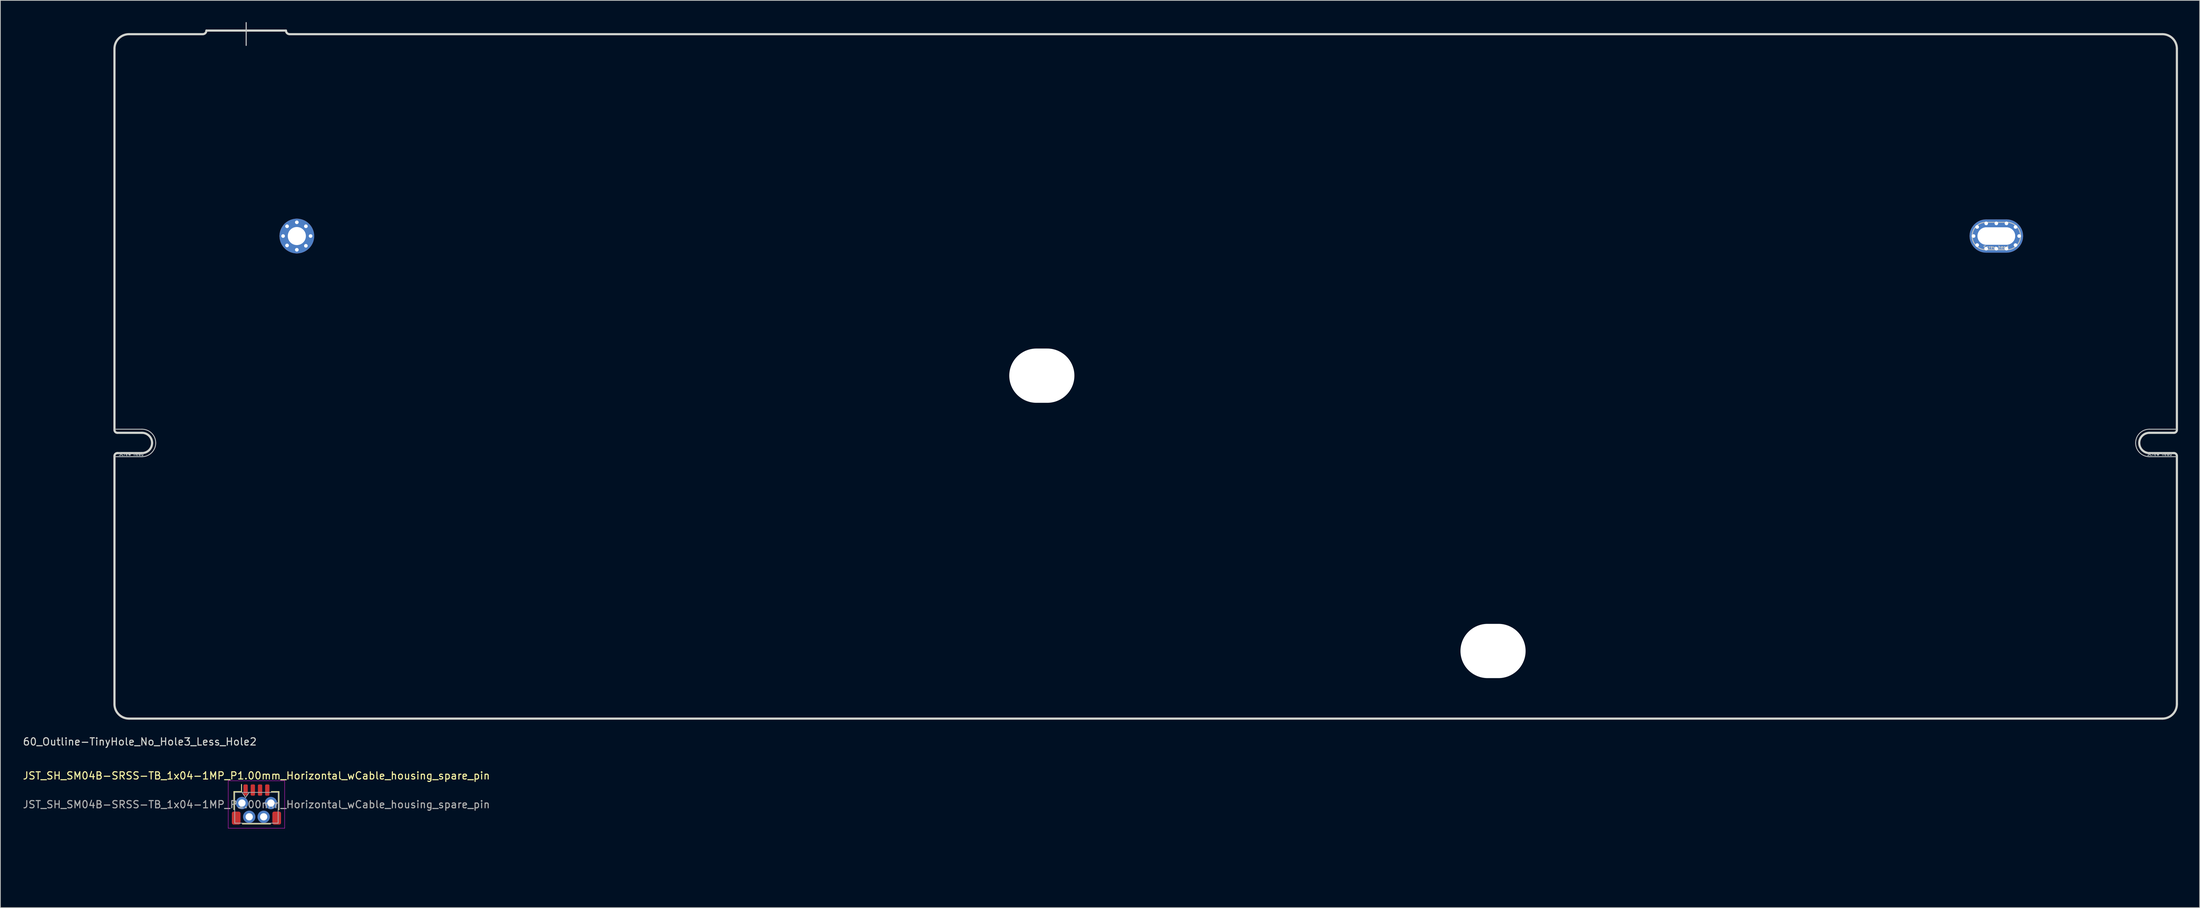
<source format=kicad_pcb>
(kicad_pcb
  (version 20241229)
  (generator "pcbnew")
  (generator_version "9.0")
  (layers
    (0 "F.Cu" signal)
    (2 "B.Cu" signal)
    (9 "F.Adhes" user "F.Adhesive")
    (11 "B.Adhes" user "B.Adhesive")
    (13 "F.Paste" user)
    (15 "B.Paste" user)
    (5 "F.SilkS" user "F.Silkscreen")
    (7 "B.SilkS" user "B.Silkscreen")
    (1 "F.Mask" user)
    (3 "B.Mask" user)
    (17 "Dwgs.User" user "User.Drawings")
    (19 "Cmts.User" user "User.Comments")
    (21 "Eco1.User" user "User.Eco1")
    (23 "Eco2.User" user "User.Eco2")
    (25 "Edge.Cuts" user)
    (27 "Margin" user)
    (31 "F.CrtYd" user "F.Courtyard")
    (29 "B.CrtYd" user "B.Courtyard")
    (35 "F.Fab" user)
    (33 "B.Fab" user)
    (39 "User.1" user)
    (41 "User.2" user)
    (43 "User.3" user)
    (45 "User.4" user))
  (footprint "60_Outline-TinyHole_No_Hole3_Less_Hole2"
    (layer "F.Cu")
    (at 155.268 48.975)
    (property "Reference" "60_Outline-TinyHole_No_Hole3_Less_Hole2" (at -139 50.5 0) (layer "Edge.Cuts") (effects (font (size 1 1) (thickness 0.15))))
    (attr through_hole)
    (fp_line (start -142.5 7.3) (end -138.7 7.3) (stroke (width 0.12) (type solid)) (layer "Dwgs.User"))
    (fp_line (start -142.5 11.1) (end -138.7 11.1) (stroke (width 0.12) (type solid)) (layer "Dwgs.User"))
    (fp_line (start -124.3 -48.9) (end -124.3 -45.75) (stroke (width 0.15) (type solid)) (layer "Dwgs.User"))
    (fp_line (start -15.75 -2.15) (end -12.85 -2.15) (stroke (width 0.12) (type solid)) (layer "Dwgs.User"))
    (fp_line (start -15.75 1.65) (end -12.85 1.65) (stroke (width 0.12) (type solid)) (layer "Dwgs.User"))
    (fp_line (start -15.7 -1.5) (end -12.9 -1.5) (stroke (width 0.12) (type solid)) (layer "Dwgs.User"))
    (fp_line (start -12.9 0.9) (end -15.7 0.9) (stroke (width 0.12) (type solid)) (layer "Dwgs.User"))
    (fp_line (start 46.55 36) (end 49.45 36) (stroke (width 0.12) (type solid)) (layer "Dwgs.User"))
    (fp_line (start 46.55 39.8) (end 49.45 39.8) (stroke (width 0.12) (type solid)) (layer "Dwgs.User"))
    (fp_line (start 46.551 36.055) (end 49.451 36.055) (stroke (width 0.12) (type solid)) (layer "Dwgs.User"))
    (fp_line (start 46.551 39.855) (end 49.451 39.855) (stroke (width 0.12) (type solid)) (layer "Dwgs.User"))
    (fp_line (start 46.601 36.705) (end 49.401 36.705) (stroke (width 0.12) (type solid)) (layer "Dwgs.User"))
    (fp_line (start 49.401 39.105) (end 46.601 39.105) (stroke (width 0.12) (type solid)) (layer "Dwgs.User"))
    (fp_line (start 116.1 -21.3) (end 119 -21.3) (stroke (width 0.12) (type solid)) (layer "Dwgs.User"))
    (fp_line (start 116.1 -21.3) (end 119 -21.3) (stroke (width 0.12) (type solid)) (layer "Dwgs.User"))
    (fp_line (start 116.1 -17.5) (end 119 -17.5) (stroke (width 0.12) (type solid)) (layer "Dwgs.User"))
    (fp_line (start 116.1 -17.5) (end 119 -17.5) (stroke (width 0.12) (type solid)) (layer "Dwgs.User"))
    (fp_line (start 138.7 7.3) (end 142.5 7.3) (stroke (width 0.12) (type solid)) (layer "Dwgs.User"))
    (fp_line (start 138.7 11.1) (end 142.5 11.1) (stroke (width 0.12) (type solid)) (layer "Dwgs.User"))
    (fp_arc (start -138.7 7.3) (mid -137.356497 7.856497) (end -136.8 9.2) (stroke (width 0.12) (type solid)) (layer "Dwgs.User"))
    (fp_arc (start -136.8 9.2) (mid -137.356497 10.543503) (end -138.7 11.1) (stroke (width 0.12) (type solid)) (layer "Dwgs.User"))
    (fp_arc (start -17.65 -0.25) (mid -17.093503 -1.593503) (end -15.75 -2.15) (stroke (width 0.12) (type solid)) (layer "Dwgs.User"))
    (fp_arc (start -16.9 -0.3) (mid -16.548528 -1.148528) (end -15.7 -1.5) (stroke (width 0.12) (type solid)) (layer "Dwgs.User"))
    (fp_arc (start -15.75 1.65) (mid -17.093503 1.093503) (end -17.65 -0.25) (stroke (width 0.12) (type solid)) (layer "Dwgs.User"))
    (fp_arc (start -15.7 0.9) (mid -16.548528 0.548528) (end -16.9 -0.3) (stroke (width 0.12) (type solid)) (layer "Dwgs.User"))
    (fp_arc (start -12.9 -1.5) (mid -12.051472 -1.148528) (end -11.7 -0.3) (stroke (width 0.12) (type solid)) (layer "Dwgs.User"))
    (fp_arc (start -12.85 -2.15) (mid -11.506497 -1.593503) (end -10.95 -0.25) (stroke (width 0.12) (type solid)) (layer "Dwgs.User"))
    (fp_arc (start -11.7 -0.3) (mid -12.051472 0.548528) (end -12.9 0.9) (stroke (width 0.12) (type solid)) (layer "Dwgs.User"))
    (fp_arc (start -10.95 -0.25) (mid -11.506497 1.093503) (end -12.85 1.65) (stroke (width 0.12) (type solid)) (layer "Dwgs.User"))
    (fp_arc (start 44.65 37.9) (mid 45.206497 36.556497) (end 46.55 36) (stroke (width 0.12) (type solid)) (layer "Dwgs.User"))
    (fp_arc (start 44.651167 37.955456) (mid 45.207664 36.611953) (end 46.551167 36.055456) (stroke (width 0.12) (type solid)) (layer "Dwgs.User"))
    (fp_arc (start 45.401167 37.905456) (mid 45.752639 37.056928) (end 46.601167 36.705456) (stroke (width 0.12) (type solid)) (layer "Dwgs.User"))
    (fp_arc (start 46.55 39.8) (mid 45.206497 39.243503) (end 44.65 37.9) (stroke (width 0.12) (type solid)) (layer "Dwgs.User"))
    (fp_arc (start 46.551167 39.855456) (mid 45.207664 39.298959) (end 44.651167 37.955456) (stroke (width 0.12) (type solid)) (layer "Dwgs.User"))
    (fp_arc (start 46.601167 39.105456) (mid 45.752639 38.753984) (end 45.401167 37.905456) (stroke (width 0.12) (type solid)) (layer "Dwgs.User"))
    (fp_arc (start 49.401167 36.705456) (mid 50.249695 37.056928) (end 50.601167 37.905456) (stroke (width 0.12) (type solid)) (layer "Dwgs.User"))
    (fp_arc (start 49.45 36) (mid 50.793503 36.556497) (end 51.35 37.9) (stroke (width 0.12) (type solid)) (layer "Dwgs.User"))
    (fp_arc (start 49.451167 36.055456) (mid 50.79467 36.611953) (end 51.351167 37.955456) (stroke (width 0.12) (type solid)) (layer "Dwgs.User"))
    (fp_arc (start 50.601167 37.905456) (mid 50.249695 38.753984) (end 49.401167 39.105456) (stroke (width 0.12) (type solid)) (layer "Dwgs.User"))
    (fp_arc (start 51.35 37.9) (mid 50.793503 39.243503) (end 49.45 39.8) (stroke (width 0.12) (type solid)) (layer "Dwgs.User"))
    (fp_arc (start 51.351167 37.955456) (mid 50.79467 39.298959) (end 49.451167 39.855456) (stroke (width 0.12) (type solid)) (layer "Dwgs.User"))
    (fp_arc (start 114.2 -19.4) (mid 114.756497 -20.743503) (end 116.1 -21.3) (stroke (width 0.12) (type solid)) (layer "Dwgs.User"))
    (fp_arc (start 114.2 -19.4) (mid 114.756497 -20.743503) (end 116.1 -21.3) (stroke (width 0.12) (type solid)) (layer "Dwgs.User"))
    (fp_arc (start 116.1 -17.5) (mid 114.756497 -18.056497) (end 114.2 -19.4) (stroke (width 0.12) (type solid)) (layer "Dwgs.User"))
    (fp_arc (start 116.1 -17.5) (mid 114.756497 -18.056497) (end 114.2 -19.4) (stroke (width 0.12) (type solid)) (layer "Dwgs.User"))
    (fp_arc (start 119 -21.3) (mid 120.343503 -20.743503) (end 120.9 -19.4) (stroke (width 0.12) (type solid)) (layer "Dwgs.User"))
    (fp_arc (start 119 -21.3) (mid 120.343503 -20.743503) (end 120.9 -19.4) (stroke (width 0.12) (type solid)) (layer "Dwgs.User"))
    (fp_arc (start 120.9 -19.4) (mid 120.343503 -18.056497) (end 119 -17.5) (stroke (width 0.12) (type solid)) (layer "Dwgs.User"))
    (fp_arc (start 120.9 -19.4) (mid 120.343503 -18.056497) (end 119 -17.5) (stroke (width 0.12) (type solid)) (layer "Dwgs.User"))
    (fp_arc (start 136.8 9.2) (mid 137.356497 7.856497) (end 138.7 7.3) (stroke (width 0.12) (type solid)) (layer "Dwgs.User"))
    (fp_arc (start 138.7 11.1) (mid 137.356497 10.543503) (end 136.8 9.2) (stroke (width 0.12) (type solid)) (layer "Dwgs.User"))
    (fp_line (start -142.5 7.4) (end -142.5 -45.3) (stroke (width 0.3) (type solid)) (layer "Edge.Cuts"))
    (fp_line (start -142.5 45.3) (end -142.5 11) (stroke (width 0.3) (type solid)) (layer "Edge.Cuts"))
    (fp_line (start -142.1 10.6) (end -138.7 10.6) (stroke (width 0.3) (type solid)) (layer "Edge.Cuts"))
    (fp_line (start -140.5 -47.3) (end -130.3 -47.3) (stroke (width 0.3) (type solid)) (layer "Edge.Cuts"))
    (fp_line (start -138.7 7.8) (end -142.1 7.8) (stroke (width 0.3) (type solid)) (layer "Edge.Cuts"))
    (fp_line (start -129.8 -47.8) (end -118.8 -47.8) (stroke (width 0.3) (type solid)) (layer "Edge.Cuts"))
    (fp_line (start 138.7 7.8) (end 142.1 7.8) (stroke (width 0.3) (type solid)) (layer "Edge.Cuts"))
    (fp_line (start 138.7 10.6) (end 142.1 10.6) (stroke (width 0.3) (type solid)) (layer "Edge.Cuts"))
    (fp_line (start 140.5 -47.3) (end -118.3 -47.3) (stroke (width 0.3) (type solid)) (layer "Edge.Cuts"))
    (fp_line (start 140.5 47.3) (end -140.5 47.3) (stroke (width 0.3) (type solid)) (layer "Edge.Cuts"))
    (fp_line (start 142.5 7.4) (end 142.5 -45.3) (stroke (width 0.3) (type solid)) (layer "Edge.Cuts"))
    (fp_line (start 142.5 11) (end 142.5 45.3) (stroke (width 0.3) (type solid)) (layer "Edge.Cuts"))
    (fp_arc (start -142.5 -45.3) (mid -141.914214 -46.714214) (end -140.5 -47.3) (stroke (width 0.3) (type solid)) (layer "Edge.Cuts"))
    (fp_arc (start -142.5 11) (mid -142.382843 10.717157) (end -142.1 10.6) (stroke (width 0.3) (type solid)) (layer "Edge.Cuts"))
    (fp_arc (start -142.1 7.8) (mid -142.382843 7.682843) (end -142.5 7.4) (stroke (width 0.3) (type solid)) (layer "Edge.Cuts"))
    (fp_arc (start -140.5 47.3) (mid -141.914214 46.714214) (end -142.5 45.3) (stroke (width 0.3) (type solid)) (layer "Edge.Cuts"))
    (fp_arc (start -138.7 7.8) (mid -137.710051 8.210051) (end -137.3 9.2) (stroke (width 0.3) (type solid)) (layer "Edge.Cuts"))
    (fp_arc (start -137.3 9.2) (mid -137.710051 10.189949) (end -138.7 10.6) (stroke (width 0.3) (type solid)) (layer "Edge.Cuts"))
    (fp_arc (start -129.8 -47.8) (mid -129.946447 -47.446447) (end -130.3 -47.3) (stroke (width 0.3) (type solid)) (layer "Edge.Cuts"))
    (fp_arc (start -118.3 -47.3) (mid -118.653553 -47.446447) (end -118.8 -47.8) (stroke (width 0.3) (type solid)) (layer "Edge.Cuts"))
    (fp_arc (start 137.3 9.2) (mid 137.710051 8.210051) (end 138.7 7.8) (stroke (width 0.3) (type solid)) (layer "Edge.Cuts"))
    (fp_arc (start 138.7 10.6) (mid 137.710051 10.189949) (end 137.3 9.2) (stroke (width 0.3) (type solid)) (layer "Edge.Cuts"))
    (fp_arc (start 140.5 -47.3) (mid 141.914214 -46.714214) (end 142.5 -45.3) (stroke (width 0.3) (type solid)) (layer "Edge.Cuts"))
    (fp_arc (start 142.1 10.6) (mid 142.382843 10.717157) (end 142.5 11) (stroke (width 0.3) (type solid)) (layer "Edge.Cuts"))
    (fp_arc (start 142.5 7.4) (mid 142.382843 7.682843) (end 142.1 7.8) (stroke (width 0.3) (type solid)) (layer "Edge.Cuts"))
    (fp_arc (start 142.5 45.3) (mid 141.914214 46.714214) (end 140.5 47.3) (stroke (width 0.3) (type solid)) (layer "Edge.Cuts"))
    (fp_text user "Screw head" (at 117.5 -17.85 0) (layer "Dwgs.User") (effects (font (size 0.4 0.4) (thickness 0.08))))
    (fp_text user "Relief hole" (at -14.3 2 0) (layer "Dwgs.User") (effects (font (size 0.4 0.4) (thickness 0.08))))
    (fp_text user "Screw head" (at -14.3 1.275 0) (layer "Dwgs.User") (effects (font (size 0.4 0.4) (thickness 0.08))))
    (fp_text user "Relief hole" (at 48 40.3 0) (layer "Dwgs.User") (effects (font (size 0.4 0.4) (thickness 0.08))))
    (fp_text user "Screw head" (at 117.5 -17.85 0) (layer "Dwgs.User") (effects (font (size 0.4 0.4) (thickness 0.08))))
    (fp_text user "Screw head" (at -140.2 10.75 0) (layer "Dwgs.User") (effects (font (size 0.4 0.4) (thickness 0.08))))
    (fp_text user "Screw head" (at 140.1 10.75 0) (layer "Dwgs.User") (effects (font (size 0.4 0.4) (thickness 0.08))))
    (fp_text user "Screw head" (at 48.05 39.45 0) (layer "Dwgs.User") (effects (font (size 0.4 0.4) (thickness 0.08))))
    (pad "" np_thru_hole oval (at -14.35 -0.1) (size 9 7.5) (drill oval 9 7.5) (layers "*.Cu" "*.Mask"))
    (pad "" np_thru_hole oval (at 48.001 37.955) (size 9 7.5) (drill oval 9 7.5) (layers "*.Cu" "*.Mask"))
    (pad "" np_thru_hole oval (at 117.55 -19.4) (size 5.2 2.4) (drill oval 5.2 2.4) (layers "*.Cu" "*.Mask"))
    (pad "1" thru_hole circle (at -119.2 -19.4) (size 1 1) (drill 0.5) (layers "*.Cu" "*.Mask"))
    (pad "1" thru_hole circle (at -118.65 -20.75) (size 1 1) (drill 0.5) (layers "*.Cu" "*.Mask"))
    (pad "1" thru_hole circle (at -118.65 -18.1) (size 1 1) (drill 0.5) (layers "*.Cu" "*.Mask"))
    (pad "1" thru_hole circle (at -117.3 -21.3) (size 1 1) (drill 0.5) (layers "*.Cu" "*.Mask"))
    (pad "1" thru_hole circle (at -117.3 -19.4) (size 4.8 4.8) (drill 2.499) (layers "*.Cu" "*.Mask"))
    (pad "1" thru_hole circle (at -117.3 -17.5) (size 1 1) (drill 0.5) (layers "*.Cu" "*.Mask"))
    (pad "1" thru_hole circle (at -116.05 -20.75) (size 1 1) (drill 0.5) (layers "*.Cu" "*.Mask"))
    (pad "1" thru_hole circle (at -116.05 -18.05) (size 1 1) (drill 0.5) (layers "*.Cu" "*.Mask"))
    (pad "1" thru_hole circle (at -115.4 -19.4) (size 1 1) (drill 0.5) (layers "*.Cu" "*.Mask"))
    (pad "1" thru_hole circle (at 114.4 -19.4) (size 1 1) (drill 0.5) (layers "*.Cu" "*.Mask"))
    (pad "1" thru_hole circle (at 114.9 -20.65) (size 1 1) (drill 0.5) (layers "*.Cu" "*.Mask"))
    (pad "1" thru_hole circle (at 114.9 -18.15) (size 1 1) (drill 0.5) (layers "*.Cu" "*.Mask"))
    (pad "1" thru_hole circle (at 116.15 -21.15) (size 1 1) (drill 0.5) (layers "*.Cu" "*.Mask"))
    (pad "1" thru_hole circle (at 116.15 -17.65) (size 1 1) (drill 0.5) (layers "*.Cu" "*.Mask"))
    (pad "1" thru_hole circle (at 117.55 -21.15) (size 1 1) (drill 0.5) (layers "*.Cu" "*.Mask"))
    (pad "1" thru_hole oval (at 117.55 -19.4) (size 7.4 4.6) (drill oval 5.2 2.4) (layers "*.Cu" "*.Mask"))
    (pad "1" thru_hole circle (at 117.55 -17.65) (size 1 1) (drill 0.5) (layers "*.Cu" "*.Mask"))
    (pad "1" thru_hole circle (at 118.95 -21.15) (size 1 1) (drill 0.5) (layers "*.Cu" "*.Mask"))
    (pad "1" thru_hole circle (at 118.95 -17.65) (size 1 1) (drill 0.5) (layers "*.Cu" "*.Mask"))
    (pad "1" thru_hole circle (at 120.2 -20.65) (size 1 1) (drill 0.5) (layers "*.Cu" "*.Mask"))
    (pad "1" thru_hole circle (at 120.2 -18.15) (size 1 1) (drill 0.5) (layers "*.Cu" "*.Mask"))
    (pad "1" thru_hole circle (at 120.7 -19.4) (size 1 1) (drill 0.5) (layers "*.Cu" "*.Mask")))
  (footprint "JST_SH_SM04B-SRSS-TB_1x04-1MP_P1.00mm_Horizontal_wCable_housing_spare_pin"
    (layer "F.Cu")
    (at 32.387 108.151)
    (property "Reference" "JST_SH_SM04B-SRSS-TB_1x04-1MP_P1.00mm_Horizontal_wCable_housing_spare_pin" (at 0 -3.98 0) (layer "F.SilkS") (effects (font (size 1 1) (thickness 0.15))))
    (attr smd)
    (fp_line (start -3.11 -1.785) (end -2.06 -1.785) (stroke (width 0.12) (type solid)) (layer "F.SilkS"))
    (fp_line (start -3.11 0.715) (end -3.11 -1.785) (stroke (width 0.12) (type solid)) (layer "F.SilkS"))
    (fp_line (start -2.06 -1.785) (end -2.06 -2.775) (stroke (width 0.12) (type solid)) (layer "F.SilkS"))
    (fp_line (start -1.94 2.685) (end 1.94 2.685) (stroke (width 0.12) (type solid)) (layer "F.SilkS"))
    (fp_line (start 3.11 -1.785) (end 2.06 -1.785) (stroke (width 0.12) (type solid)) (layer "F.SilkS"))
    (fp_line (start 3.11 0.715) (end 3.11 -1.785) (stroke (width 0.12) (type solid)) (layer "F.SilkS"))
    (fp_line (start -3.5 2.7) (end -3.5 3.7) (stroke (width 0.12) (type solid)) (layer "Eco2.User"))
    (fp_line (start -3.5 3.7) (end 3.5 3.7) (stroke (width 0.12) (type solid)) (layer "Eco2.User"))
    (fp_line (start -3.5 6.7) (end -3.5 6.95) (stroke (width 0.12) (type solid)) (layer "Eco2.User"))
    (fp_line (start -3.5 6.7) (end -3.25 6.7) (stroke (width 0.12) (type solid)) (layer "Eco2.User"))
    (fp_line (start -3.5 7.7) (end -3.5 7.45) (stroke (width 0.12) (type solid)) (layer "Eco2.User"))
    (fp_line (start -3.5 7.7) (end -3.25 7.7) (stroke (width 0.12) (type solid)) (layer "Eco2.User"))
    (fp_line (start -3 3.7) (end -3 3.95) (stroke (width 0.12) (type solid)) (layer "Eco2.User"))
    (fp_line (start -3 4.95) (end -3 4.45) (stroke (width 0.12) (type solid)) (layer "Eco2.User"))
    (fp_line (start -3 5.95) (end -3 5.45) (stroke (width 0.12) (type solid)) (layer "Eco2.User"))
    (fp_line (start -3 6.7) (end -3.25 6.7) (stroke (width 0.12) (type solid)) (layer "Eco2.User"))
    (fp_line (start -3 6.7) (end -3 6.45) (stroke (width 0.12) (type solid)) (layer "Eco2.User"))
    (fp_line (start -2.25 7.7) (end -2.75 7.7) (stroke (width 0.12) (type solid)) (layer "Eco2.User"))
    (fp_line (start -1.5 7.7) (end -1.5 8.2) (stroke (width 0.12) (type solid)) (layer "Eco2.User"))
    (fp_line (start -1.5 8.7) (end -1.5 9.2) (stroke (width 0.12) (type solid)) (layer "Eco2.User"))
    (fp_line (start -1.5 9.7) (end -1.5 10.2) (stroke (width 0.12) (type solid)) (layer "Eco2.User"))
    (fp_line (start -1.5 10.7) (end -1.5 11.2) (stroke (width 0.12) (type solid)) (layer "Eco2.User"))
    (fp_line (start -1.25 7.7) (end -1.75 7.7) (stroke (width 0.12) (type solid)) (layer "Eco2.User"))
    (fp_line (start -0.5 7.7) (end -0.5 8.2) (stroke (width 0.12) (type solid)) (layer "Eco2.User"))
    (fp_line (start -0.5 8.7) (end -0.5 9.2) (stroke (width 0.12) (type solid)) (layer "Eco2.User"))
    (fp_line (start -0.5 9.7) (end -0.5 10.2) (stroke (width 0.12) (type solid)) (layer "Eco2.User"))
    (fp_line (start -0.5 10.7) (end -0.5 11.2) (stroke (width 0.12) (type solid)) (layer "Eco2.User"))
    (fp_line (start -0.25 7.7) (end -0.75 7.7) (stroke (width 0.12) (type solid)) (layer "Eco2.User"))
    (fp_line (start 0.5 7.7) (end 0.5 8.2) (stroke (width 0.12) (type solid)) (layer "Eco2.User"))
    (fp_line (start 0.5 8.7) (end 0.5 9.2) (stroke (width 0.12) (type solid)) (layer "Eco2.User"))
    (fp_line (start 0.5 9.7) (end 0.5 10.2) (stroke (width 0.12) (type solid)) (layer "Eco2.User"))
    (fp_line (start 0.5 10.7) (end 0.5 11.2) (stroke (width 0.12) (type solid)) (layer "Eco2.User"))
    (fp_line (start 0.75 7.7) (end 0.25 7.7) (stroke (width 0.12) (type solid)) (layer "Eco2.User"))
    (fp_line (start 1.5 7.7) (end 1.5 8.2) (stroke (width 0.12) (type solid)) (layer "Eco2.User"))
    (fp_line (start 1.5 8.7) (end 1.5 9.2) (stroke (width 0.12) (type solid)) (layer "Eco2.User"))
    (fp_line (start 1.5 9.7) (end 1.5 10.2) (stroke (width 0.12) (type solid)) (layer "Eco2.User"))
    (fp_line (start 1.5 10.7) (end 1.5 11.2) (stroke (width 0.12) (type solid)) (layer "Eco2.User"))
    (fp_line (start 1.75 7.7) (end 1.25 7.7) (stroke (width 0.12) (type solid)) (layer "Eco2.User"))
    (fp_line (start 2.75 7.7) (end 2.25 7.7) (stroke (width 0.12) (type solid)) (layer "Eco2.User"))
    (fp_line (start 3 3.7) (end 3 3.95) (stroke (width 0.12) (type solid)) (layer "Eco2.User"))
    (fp_line (start 3 4.95) (end 3 4.45) (stroke (width 0.12) (type solid)) (layer "Eco2.User"))
    (fp_line (start 3 5.95) (end 3 5.45) (stroke (width 0.12) (type solid)) (layer "Eco2.User"))
    (fp_line (start 3 6.7) (end 3 6.45) (stroke (width 0.12) (type solid)) (layer "Eco2.User"))
    (fp_line (start 3 6.7) (end 3.25 6.7) (stroke (width 0.12) (type solid)) (layer "Eco2.User"))
    (fp_line (start 3.5 2.7) (end -3.5 2.7) (stroke (width 0.12) (type solid)) (layer "Eco2.User"))
    (fp_line (start 3.5 3.7) (end 3.5 2.7) (stroke (width 0.12) (type solid)) (layer "Eco2.User"))
    (fp_line (start 3.5 6.7) (end 3.25 6.7) (stroke (width 0.12) (type solid)) (layer "Eco2.User"))
    (fp_line (start 3.5 6.7) (end 3.5 6.95) (stroke (width 0.12) (type solid)) (layer "Eco2.User"))
    (fp_line (start 3.5 7.7) (end 3.25 7.7) (stroke (width 0.12) (type solid)) (layer "Eco2.User"))
    (fp_line (start 3.5 7.7) (end 3.5 7.45) (stroke (width 0.12) (type solid)) (layer "Eco2.User"))
    (fp_line (start -3.9 -3.28) (end -3.9 3.28) (stroke (width 0.05) (type solid)) (layer "F.CrtYd"))
    (fp_line (start -3.9 3.28) (end 3.9 3.28) (stroke (width 0.05) (type solid)) (layer "F.CrtYd"))
    (fp_line (start 3.9 -3.28) (end -3.9 -3.28) (stroke (width 0.05) (type solid)) (layer "F.CrtYd"))
    (fp_line (start 3.9 3.28) (end 3.9 -3.28) (stroke (width 0.05) (type solid)) (layer "F.CrtYd"))
    (fp_line (start -3 -1.675) (end -3 2.575) (stroke (width 0.1) (type solid)) (layer "F.Fab"))
    (fp_line (start -3 -1.675) (end 3 -1.675) (stroke (width 0.1) (type solid)) (layer "F.Fab"))
    (fp_line (start -3 2.575) (end 3 2.575) (stroke (width 0.1) (type solid)) (layer "F.Fab"))
    (fp_line (start -2 -1.675) (end -1.5 -0.968) (stroke (width 0.1) (type solid)) (layer "F.Fab"))
    (fp_line (start -1.5 -0.968) (end -1 -1.675) (stroke (width 0.1) (type solid)) (layer "F.Fab"))
    (fp_line (start 3 -1.675) (end 3 2.575) (stroke (width 0.1) (type solid)) (layer "F.Fab"))
    (fp_text user "${REFERENCE}" (at 0 0 0) (layer "F.Fab") (effects (font (size 1 1) (thickness 0.15))))
    (pad "1" thru_hole oval (at -2 -0.2) (size 1.7 1.7) (drill 1) (layers "*.Cu" "*.Mask"))
    (pad "1" smd roundrect (at -1.5 -2) (size 0.6 1.55) (layers "F.Cu" "F.Mask" "F.Paste") (roundrect_rratio 0.25))
    (pad "2" thru_hole oval (at -1 1.7) (size 1.7 1.7) (drill 1) (layers "*.Cu" "*.Mask"))
    (pad "2" smd roundrect (at -0.5 -2) (size 0.6 1.55) (layers "F.Cu" "F.Mask" "F.Paste") (roundrect_rratio 0.25))
    (pad "3" smd roundrect (at 0.5 -2) (size 0.6 1.55) (layers "F.Cu" "F.Mask" "F.Paste") (roundrect_rratio 0.25))
    (pad "3" thru_hole oval (at 1 1.7) (size 1.7 1.7) (drill 1) (layers "*.Cu" "*.Mask"))
    (pad "4" smd roundrect (at 1.5 -2) (size 0.6 1.55) (layers "F.Cu" "F.Mask" "F.Paste") (roundrect_rratio 0.25))
    (pad "4" thru_hole oval (at 2 -0.2) (size 1.7 1.7) (drill 1) (layers "*.Cu" "*.Mask"))
    (pad "MP" smd roundrect (at -2.8 1.875) (size 1.2 1.8) (layers "F.Cu" "F.Mask" "F.Paste") (roundrect_rratio 0.208))
    (pad "MP" smd roundrect (at 2.8 1.875) (size 1.2 1.8) (layers "F.Cu" "F.Mask" "F.Paste") (roundrect_rratio 0.208)))
  (gr_rect
    (start -3 -3)
    (end 300.918 122.412)
    (stroke (width 0.1) (type default))
    (fill no)
    (layer "Edge.Cuts")))
</source>
